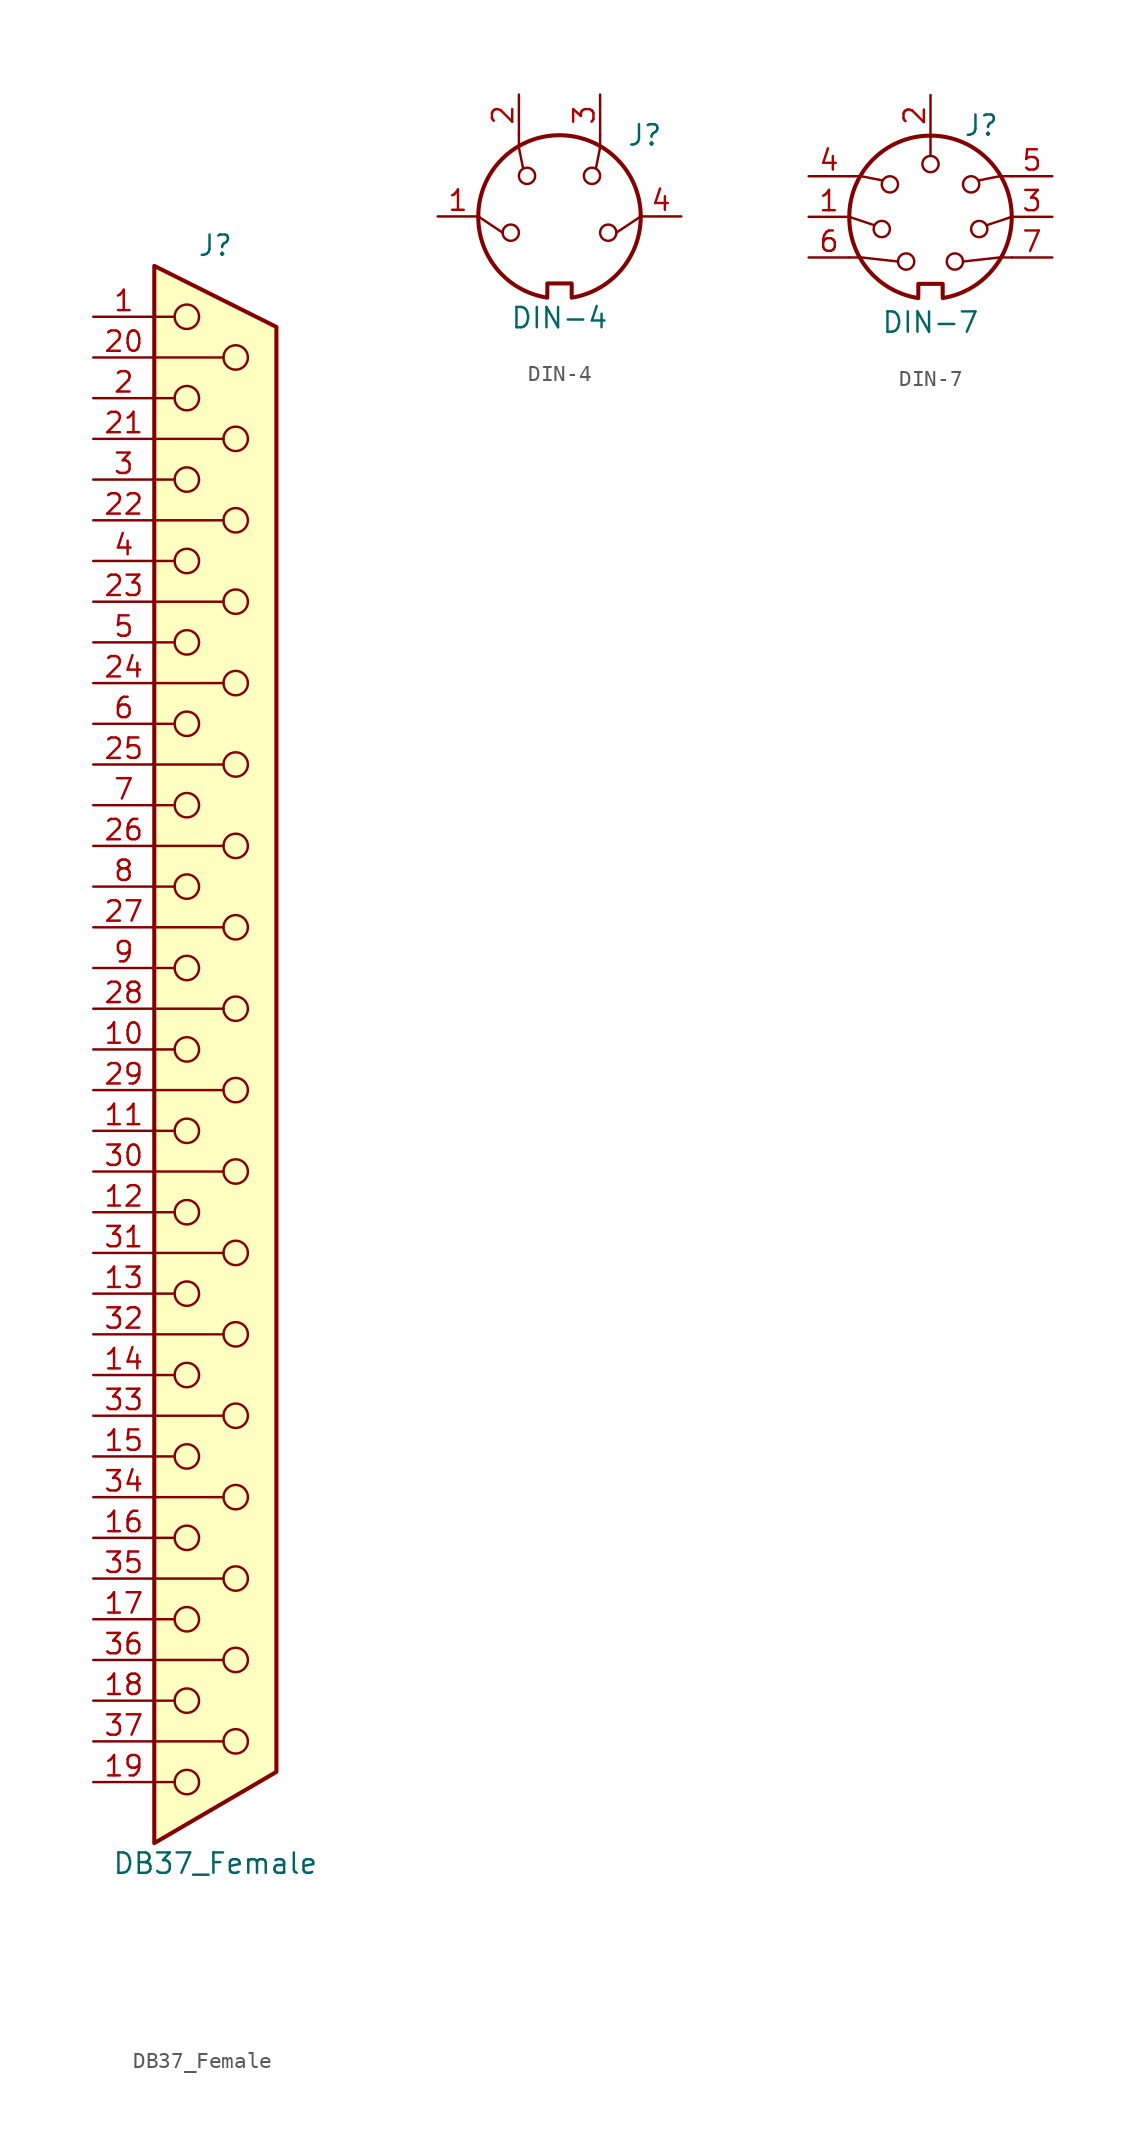
<source format=kicad_sym>
(kicad_symbol_lib
  (version 20201005)
  (generator kicad_symbol_editor)
  (symbol "DB37_Female"
    (pin_names
      (offset 1.016) hide)
    (property "Reference" "J"
      (at 0 50.165 0)
      (effects (font (size 1.27 1.27))))
    (property "Value" "DB37_Female"
      (at 0 -50.8 0)
      (effects (font (size 1.27 1.27))))
    (symbol "DB37_Female_0_1"
      (circle (center -1.778 -45.72) (radius 0.762) (stroke (width 0)) (fill (type none)))
      (circle (center -1.778 -40.64) (radius 0.762) (stroke (width 0)) (fill (type none)))
      (circle (center -1.778 -35.56) (radius 0.762) (stroke (width 0)) (fill (type none)))
      (circle (center -1.778 -30.48) (radius 0.762) (stroke (width 0)) (fill (type none)))
      (circle (center -1.778 -25.4) (radius 0.762) (stroke (width 0)) (fill (type none)))
      (circle (center -1.778 -20.32) (radius 0.762) (stroke (width 0)) (fill (type none)))
      (circle (center -1.778 -15.24) (radius 0.762) (stroke (width 0)) (fill (type none)))
      (circle (center -1.778 -10.16) (radius 0.762) (stroke (width 0)) (fill (type none)))
      (circle (center -1.778 -5.08) (radius 0.762) (stroke (width 0)) (fill (type none)))
      (circle (center -1.778 0) (radius 0.762) (stroke (width 0)) (fill (type none)))
      (circle (center -1.778 5.08) (radius 0.762) (stroke (width 0)) (fill (type none)))
      (circle (center -1.778 10.16) (radius 0.762) (stroke (width 0)) (fill (type none)))
      (circle (center -1.778 15.24) (radius 0.762) (stroke (width 0)) (fill (type none)))
      (circle (center -1.778 20.32) (radius 0.762) (stroke (width 0)) (fill (type none)))
      (circle (center -1.778 25.4) (radius 0.762) (stroke (width 0)) (fill (type none)))
      (circle (center -1.778 30.48) (radius 0.762) (stroke (width 0)) (fill (type none)))
      (circle (center -1.778 35.56) (radius 0.762) (stroke (width 0)) (fill (type none)))
      (circle (center -1.778 40.64) (radius 0.762) (stroke (width 0)) (fill (type none)))
      (circle (center -1.778 45.72) (radius 0.762) (stroke (width 0)) (fill (type none)))
      (circle (center 1.27 -43.18) (radius 0.762) (stroke (width 0)) (fill (type none)))
      (circle (center 1.27 -38.1) (radius 0.762) (stroke (width 0)) (fill (type none)))
      (circle (center 1.27 -33.02) (radius 0.762) (stroke (width 0)) (fill (type none)))
      (circle (center 1.27 -27.94) (radius 0.762) (stroke (width 0)) (fill (type none)))
      (circle (center 1.27 -22.86) (radius 0.762) (stroke (width 0)) (fill (type none)))
      (circle (center 1.27 -17.78) (radius 0.762) (stroke (width 0)) (fill (type none)))
      (circle (center 1.27 -12.7) (radius 0.762) (stroke (width 0)) (fill (type none)))
      (circle (center 1.27 -7.62) (radius 0.762) (stroke (width 0)) (fill (type none)))
      (circle (center 1.27 -2.54) (radius 0.762) (stroke (width 0)) (fill (type none)))
      (circle (center 1.27 2.54) (radius 0.762) (stroke (width 0)) (fill (type none)))
      (circle (center 1.27 7.62) (radius 0.762) (stroke (width 0)) (fill (type none)))
      (circle (center 1.27 12.7) (radius 0.762) (stroke (width 0)) (fill (type none)))
      (circle (center 1.27 17.78) (radius 0.762) (stroke (width 0)) (fill (type none)))
      (circle (center 1.27 22.86) (radius 0.762) (stroke (width 0)) (fill (type none)))
      (circle (center 1.27 27.94) (radius 0.762) (stroke (width 0)) (fill (type none)))
      (circle (center 1.27 33.02) (radius 0.762) (stroke (width 0)) (fill (type none)))
      (circle (center 1.27 38.1) (radius 0.762) (stroke (width 0)) (fill (type none)))
      (circle (center 1.27 43.18) (radius 0.762) (stroke (width 0)) (fill (type none)))
      (polyline (pts (xy -3.81 -45.72) (xy -2.54 -45.72)) (stroke (width 0)) (fill (type none)))
      (polyline (pts (xy -3.81 -43.18) (xy 0.508 -43.18)) (stroke (width 0)) (fill (type none)))
      (polyline (pts (xy -3.81 -40.64) (xy -2.54 -40.64)) (stroke (width 0)) (fill (type none)))
      (polyline (pts (xy -3.81 -38.1) (xy 0.508 -38.1)) (stroke (width 0)) (fill (type none)))
      (polyline (pts (xy -3.81 -35.56) (xy -2.54 -35.56)) (stroke (width 0)) (fill (type none)))
      (polyline (pts (xy -3.81 -33.02) (xy 0.508 -33.02)) (stroke (width 0)) (fill (type none)))
      (polyline (pts (xy -3.81 -30.48) (xy -2.54 -30.48)) (stroke (width 0)) (fill (type none)))
      (polyline (pts (xy -3.81 -27.94) (xy 0.508 -27.94)) (stroke (width 0)) (fill (type none)))
      (polyline (pts (xy -3.81 -25.4) (xy -2.54 -25.4)) (stroke (width 0)) (fill (type none)))
      (polyline (pts (xy -3.81 -22.86) (xy 0.508 -22.86)) (stroke (width 0)) (fill (type none)))
      (polyline (pts (xy -3.81 -20.32) (xy -2.54 -20.32)) (stroke (width 0)) (fill (type none)))
      (polyline (pts (xy -3.81 -17.78) (xy 0.508 -17.78)) (stroke (width 0)) (fill (type none)))
      (polyline (pts (xy -3.81 -15.24) (xy -2.54 -15.24)) (stroke (width 0)) (fill (type none)))
      (polyline (pts (xy -3.81 -12.7) (xy 0.508 -12.7)) (stroke (width 0)) (fill (type none)))
      (polyline (pts (xy -3.81 -10.16) (xy -2.54 -10.16)) (stroke (width 0)) (fill (type none)))
      (polyline (pts (xy -3.81 -7.62) (xy 0.508 -7.62)) (stroke (width 0)) (fill (type none)))
      (polyline (pts (xy -3.81 -5.08) (xy -2.54 -5.08)) (stroke (width 0)) (fill (type none)))
      (polyline (pts (xy -3.81 -2.54) (xy 0.508 -2.54)) (stroke (width 0)) (fill (type none)))
      (polyline (pts (xy -3.81 0) (xy -2.54 0)) (stroke (width 0)) (fill (type none)))
      (polyline (pts (xy -3.81 2.54) (xy 0.508 2.54)) (stroke (width 0)) (fill (type none)))
      (polyline (pts (xy -3.81 5.08) (xy -2.54 5.08)) (stroke (width 0)) (fill (type none)))
      (polyline (pts (xy -3.81 7.62) (xy 0.508 7.62)) (stroke (width 0)) (fill (type none)))
      (polyline (pts (xy -3.81 10.16) (xy -2.54 10.16)) (stroke (width 0)) (fill (type none)))
      (polyline (pts (xy -3.81 12.7) (xy 0.508 12.7)) (stroke (width 0)) (fill (type none)))
      (polyline (pts (xy -3.81 15.24) (xy -2.54 15.24)) (stroke (width 0)) (fill (type none)))
      (polyline (pts (xy -3.81 17.78) (xy 0.508 17.78)) (stroke (width 0)) (fill (type none)))
      (polyline (pts (xy -3.81 20.32) (xy -2.54 20.32)) (stroke (width 0)) (fill (type none)))
      (polyline (pts (xy -3.81 22.86) (xy 0.508 22.86)) (stroke (width 0)) (fill (type none)))
      (polyline (pts (xy -3.81 25.4) (xy -2.54 25.4)) (stroke (width 0)) (fill (type none)))
      (polyline (pts (xy -3.81 27.94) (xy 0.508 27.94)) (stroke (width 0)) (fill (type none)))
      (polyline (pts (xy -3.81 30.48) (xy -2.54 30.48)) (stroke (width 0)) (fill (type none)))
      (polyline (pts (xy -3.81 33.02) (xy 0.508 33.02)) (stroke (width 0)) (fill (type none)))
      (polyline (pts (xy -3.81 35.56) (xy -2.54 35.56)) (stroke (width 0)) (fill (type none)))
      (polyline (pts (xy -3.81 38.1) (xy 0.508 38.1)) (stroke (width 0)) (fill (type none)))
      (polyline (pts (xy -3.81 40.64) (xy -2.54 40.64)) (stroke (width 0)) (fill (type none)))
      (polyline (pts (xy -3.81 43.18) (xy 0.508 43.18)) (stroke (width 0)) (fill (type none)))
      (polyline (pts (xy -3.81 45.72) (xy -2.54 45.72)) (stroke (width 0)) (fill (type none)))
      (polyline (pts (xy -3.81 -49.53) (xy 3.81 -45.085) (xy 3.81 45.085) (xy -3.81 48.895) (xy -3.81 -49.53)) (stroke (width 0.254)) (fill (type background))))
    (symbol "DB37_Female_1_1"
      (pin passive line (at -7.62 45.72 0) (length 3.81) (name "1" (effects (font (size 1.27 1.27)))) (number "1" (effects (font (size 1.27 1.27)))))
      (pin passive line (at -7.62 0 0) (length 3.81) (name "10" (effects (font (size 1.27 1.27)))) (number "10" (effects (font (size 1.27 1.27)))))
      (pin passive line (at -7.62 -5.08 0) (length 3.81) (name "11" (effects (font (size 1.27 1.27)))) (number "11" (effects (font (size 1.27 1.27)))))
      (pin passive line (at -7.62 -10.16 0) (length 3.81) (name "12" (effects (font (size 1.27 1.27)))) (number "12" (effects (font (size 1.27 1.27)))))
      (pin passive line (at -7.62 -15.24 0) (length 3.81) (name "13" (effects (font (size 1.27 1.27)))) (number "13" (effects (font (size 1.27 1.27)))))
      (pin passive line (at -7.62 -20.32 0) (length 3.81) (name "14" (effects (font (size 1.27 1.27)))) (number "14" (effects (font (size 1.27 1.27)))))
      (pin passive line (at -7.62 -25.4 0) (length 3.81) (name "15" (effects (font (size 1.27 1.27)))) (number "15" (effects (font (size 1.27 1.27)))))
      (pin passive line (at -7.62 -30.48 0) (length 3.81) (name "16" (effects (font (size 1.27 1.27)))) (number "16" (effects (font (size 1.27 1.27)))))
      (pin passive line (at -7.62 -35.56 0) (length 3.81) (name "17" (effects (font (size 1.27 1.27)))) (number "17" (effects (font (size 1.27 1.27)))))
      (pin passive line (at -7.62 -40.64 0) (length 3.81) (name "18" (effects (font (size 1.27 1.27)))) (number "18" (effects (font (size 1.27 1.27)))))
      (pin passive line (at -7.62 -45.72 0) (length 3.81) (name "19" (effects (font (size 1.27 1.27)))) (number "19" (effects (font (size 1.27 1.27)))))
      (pin passive line (at -7.62 40.64 0) (length 3.81) (name "2" (effects (font (size 1.27 1.27)))) (number "2" (effects (font (size 1.27 1.27)))))
      (pin passive line (at -7.62 43.18 0) (length 3.81) (name "20" (effects (font (size 1.27 1.27)))) (number "20" (effects (font (size 1.27 1.27)))))
      (pin passive line (at -7.62 38.1 0) (length 3.81) (name "21" (effects (font (size 1.27 1.27)))) (number "21" (effects (font (size 1.27 1.27)))))
      (pin passive line (at -7.62 33.02 0) (length 3.81) (name "22" (effects (font (size 1.27 1.27)))) (number "22" (effects (font (size 1.27 1.27)))))
      (pin passive line (at -7.62 27.94 0) (length 3.81) (name "23" (effects (font (size 1.27 1.27)))) (number "23" (effects (font (size 1.27 1.27)))))
      (pin passive line (at -7.62 22.86 0) (length 3.81) (name "24" (effects (font (size 1.27 1.27)))) (number "24" (effects (font (size 1.27 1.27)))))
      (pin passive line (at -7.62 17.78 0) (length 3.81) (name "25" (effects (font (size 1.27 1.27)))) (number "25" (effects (font (size 1.27 1.27)))))
      (pin passive line (at -7.62 12.7 0) (length 3.81) (name "26" (effects (font (size 1.27 1.27)))) (number "26" (effects (font (size 1.27 1.27)))))
      (pin passive line (at -7.62 7.62 0) (length 3.81) (name "27" (effects (font (size 1.27 1.27)))) (number "27" (effects (font (size 1.27 1.27)))))
      (pin passive line (at -7.62 2.54 0) (length 3.81) (name "28" (effects (font (size 1.27 1.27)))) (number "28" (effects (font (size 1.27 1.27)))))
      (pin passive line (at -7.62 -2.54 0) (length 3.81) (name "29" (effects (font (size 1.27 1.27)))) (number "29" (effects (font (size 1.27 1.27)))))
      (pin passive line (at -7.62 35.56 0) (length 3.81) (name "3" (effects (font (size 1.27 1.27)))) (number "3" (effects (font (size 1.27 1.27)))))
      (pin passive line (at -7.62 -7.62 0) (length 3.81) (name "30" (effects (font (size 1.27 1.27)))) (number "30" (effects (font (size 1.27 1.27)))))
      (pin passive line (at -7.62 -12.7 0) (length 3.81) (name "31" (effects (font (size 1.27 1.27)))) (number "31" (effects (font (size 1.27 1.27)))))
      (pin passive line (at -7.62 -17.78 0) (length 3.81) (name "32" (effects (font (size 1.27 1.27)))) (number "32" (effects (font (size 1.27 1.27)))))
      (pin passive line (at -7.62 -22.86 0) (length 3.81) (name "33" (effects (font (size 1.27 1.27)))) (number "33" (effects (font (size 1.27 1.27)))))
      (pin passive line (at -7.62 -27.94 0) (length 3.81) (name "34" (effects (font (size 1.27 1.27)))) (number "34" (effects (font (size 1.27 1.27)))))
      (pin passive line (at -7.62 -33.02 0) (length 3.81) (name "35" (effects (font (size 1.27 1.27)))) (number "35" (effects (font (size 1.27 1.27)))))
      (pin passive line (at -7.62 -38.1 0) (length 3.81) (name "36" (effects (font (size 1.27 1.27)))) (number "36" (effects (font (size 1.27 1.27)))))
      (pin passive line (at -7.62 -43.18 0) (length 3.81) (name "37" (effects (font (size 1.27 1.27)))) (number "37" (effects (font (size 1.27 1.27)))))
      (pin passive line (at -7.62 30.48 0) (length 3.81) (name "4" (effects (font (size 1.27 1.27)))) (number "4" (effects (font (size 1.27 1.27)))))
      (pin passive line (at -7.62 25.4 0) (length 3.81) (name "5" (effects (font (size 1.27 1.27)))) (number "5" (effects (font (size 1.27 1.27)))))
      (pin passive line (at -7.62 20.32 0) (length 3.81) (name "6" (effects (font (size 1.27 1.27)))) (number "6" (effects (font (size 1.27 1.27)))))
      (pin passive line (at -7.62 15.24 0) (length 3.81) (name "7" (effects (font (size 1.27 1.27)))) (number "7" (effects (font (size 1.27 1.27)))))
      (pin passive line (at -7.62 10.16 0) (length 3.81) (name "8" (effects (font (size 1.27 1.27)))) (number "8" (effects (font (size 1.27 1.27)))))
      (pin passive line (at -7.62 5.08 0) (length 3.81) (name "9" (effects (font (size 1.27 1.27)))) (number "9" (effects (font (size 1.27 1.27)))))))
  (symbol "DIN-4"
    (pin_names
      (offset 1.016))
    (property "Reference" "J"
      (at 5.334 5.08 0)
      (effects (font (size 1.27 1.27))))
    (property "Value" "DIN-4"
      (at 0 -6.35 0)
      (effects (font (size 1.27 1.27))))
    (symbol "DIN-4_0_1"
      (arc (start 0.762 -5.08) (end 5.08 0) (radius (at -0.0254 -0.0254) (length 5.1054) (angles -81.1 0.3)) (stroke (width 0.254)) (fill (type none)))
      (arc (start 5.08 0) (end -5.08 0) (radius (at 0 0) (length 5.08) (angles 0.1 179.9)) (stroke (width 0.254)) (fill (type none)))
      (arc (start -5.08 0) (end -0.762 -5.08) (radius (at 0.0254 -0.0254) (length 5.1054) (angles 179.7 -98.9)) (stroke (width 0.254)) (fill (type none)))
      (circle (center -3.048 -1.016) (radius 0.508) (stroke (width 0)) (fill (type none)))
      (circle (center -2.032 2.54) (radius 0.508) (stroke (width 0)) (fill (type none)))
      (circle (center 2.032 2.54) (radius 0.508) (stroke (width 0)) (fill (type none)))
      (circle (center 3.048 -1.016) (radius 0.508) (stroke (width 0)) (fill (type none)))
      (polyline (pts (xy -3.556 -1.016) (xy -5.08 0)) (stroke (width 0)) (fill (type none)))
      (polyline (pts (xy 5.08 0) (xy 3.556 -1.016)) (stroke (width 0)) (fill (type none)))
      (polyline (pts (xy -2.54 5.08) (xy -2.54 4.318) (xy -2.286 3.048)) (stroke (width 0)) (fill (type none)))
      (polyline (pts (xy 2.54 5.08) (xy 2.54 4.318) (xy 2.286 3.048)) (stroke (width 0)) (fill (type none)))
      (polyline (pts (xy -0.762 -4.953) (xy -0.762 -4.191) (xy 0.762 -4.191) (xy 0.762 -4.953)) (stroke (width 0.254)) (fill (type none))))
    (symbol "DIN-4_1_1"
      (pin passive line (at -7.62 0 0) (length 2.54) (name "~" (effects (font (size 1.27 1.27)))) (number "1" (effects (font (size 1.27 1.27)))))
      (pin passive line (at -2.54 7.62 270) (length 2.54) (name "~" (effects (font (size 1.27 1.27)))) (number "2" (effects (font (size 1.27 1.27)))))
      (pin passive line (at 2.54 7.62 270) (length 2.54) (name "~" (effects (font (size 1.27 1.27)))) (number "3" (effects (font (size 1.27 1.27)))))
      (pin passive line (at 7.62 0 180) (length 2.54) (name "~" (effects (font (size 1.27 1.27)))) (number "4" (effects (font (size 1.27 1.27)))))))
  (symbol "DIN-7"
    (pin_names
      (offset 1.016))
    (property "Reference" "J"
      (at 3.175 5.715 0)
      (effects (font (size 1.27 1.27))))
    (property "Value" "DIN-7"
      (at 0 -6.604 0)
      (effects (font (size 1.27 1.27))))
    (symbol "DIN-7_0_1"
      (arc (start 0.762 -5.08) (end 5.08 0) (radius (at -0.0254 -0.0254) (length 5.1054) (angles -81.1 0.3)) (stroke (width 0.254)) (fill (type none)))
      (arc (start 5.08 0) (end -5.08 0) (radius (at 0 0) (length 5.08) (angles 0.1 179.9)) (stroke (width 0.254)) (fill (type none)))
      (arc (start -5.08 0) (end -0.762 -5.08) (radius (at 0.0254 -0.0254) (length 5.1054) (angles 179.7 -98.9)) (stroke (width 0.254)) (fill (type none)))
      (circle (center -3.048 -0.762) (radius 0.508) (stroke (width 0)) (fill (type none)))
      (circle (center -2.54 2.032) (radius 0.508) (stroke (width 0)) (fill (type none)))
      (circle (center -1.524 -2.794) (radius 0.508) (stroke (width 0)) (fill (type none)))
      (circle (center 0 3.302) (radius 0.508) (stroke (width 0)) (fill (type none)))
      (circle (center 1.524 -2.794) (radius 0.508) (stroke (width 0)) (fill (type none)))
      (circle (center 2.54 2.032) (radius 0.508) (stroke (width 0)) (fill (type none)))
      (circle (center 3.048 -0.762) (radius 0.508) (stroke (width 0)) (fill (type none)))
      (polyline (pts (xy -5.08 0) (xy -3.556 -0.508)) (stroke (width 0)) (fill (type none)))
      (polyline (pts (xy 0 5.08) (xy 0 3.81)) (stroke (width 0)) (fill (type none)))
      (polyline (pts (xy 5.08 0) (xy 3.556 -0.508)) (stroke (width 0)) (fill (type none)))
      (polyline (pts (xy -5.08 -2.54) (xy -4.318 -2.54) (xy -2.032 -2.794)) (stroke (width 0)) (fill (type none)))
      (polyline (pts (xy -5.08 2.54) (xy -4.318 2.54) (xy -3.048 2.286)) (stroke (width 0)) (fill (type none)))
      (polyline (pts (xy 5.08 -2.54) (xy 4.318 -2.54) (xy 2.032 -2.794)) (stroke (width 0)) (fill (type none)))
      (polyline (pts (xy 5.08 2.54) (xy 4.318 2.54) (xy 3.048 2.286)) (stroke (width 0)) (fill (type none)))
      (polyline (pts (xy -0.762 -4.953) (xy -0.762 -4.191) (xy 0.762 -4.191) (xy 0.762 -4.953)) (stroke (width 0.254)) (fill (type none))))
    (symbol "DIN-7_1_1"
      (pin passive line (at -7.62 0 0) (length 2.54) (name "~" (effects (font (size 1.27 1.27)))) (number "1" (effects (font (size 1.27 1.27)))))
      (pin passive line (at 0 7.62 270) (length 2.54) (name "~" (effects (font (size 1.27 1.27)))) (number "2" (effects (font (size 1.27 1.27)))))
      (pin passive line (at 7.62 0 180) (length 2.54) (name "~" (effects (font (size 1.27 1.27)))) (number "3" (effects (font (size 1.27 1.27)))))
      (pin passive line (at -7.62 2.54 0) (length 2.54) (name "~" (effects (font (size 1.27 1.27)))) (number "4" (effects (font (size 1.27 1.27)))))
      (pin passive line (at 7.62 2.54 180) (length 2.54) (name "~" (effects (font (size 1.27 1.27)))) (number "5" (effects (font (size 1.27 1.27)))))
      (pin passive line (at -7.62 -2.54 0) (length 2.54) (name "~" (effects (font (size 1.27 1.27)))) (number "6" (effects (font (size 1.27 1.27)))))
      (pin passive line (at 7.62 -2.54 180) (length 2.54) (name "~" (effects (font (size 1.27 1.27)))) (number "7" (effects (font (size 1.27 1.27))))))))
</source>
